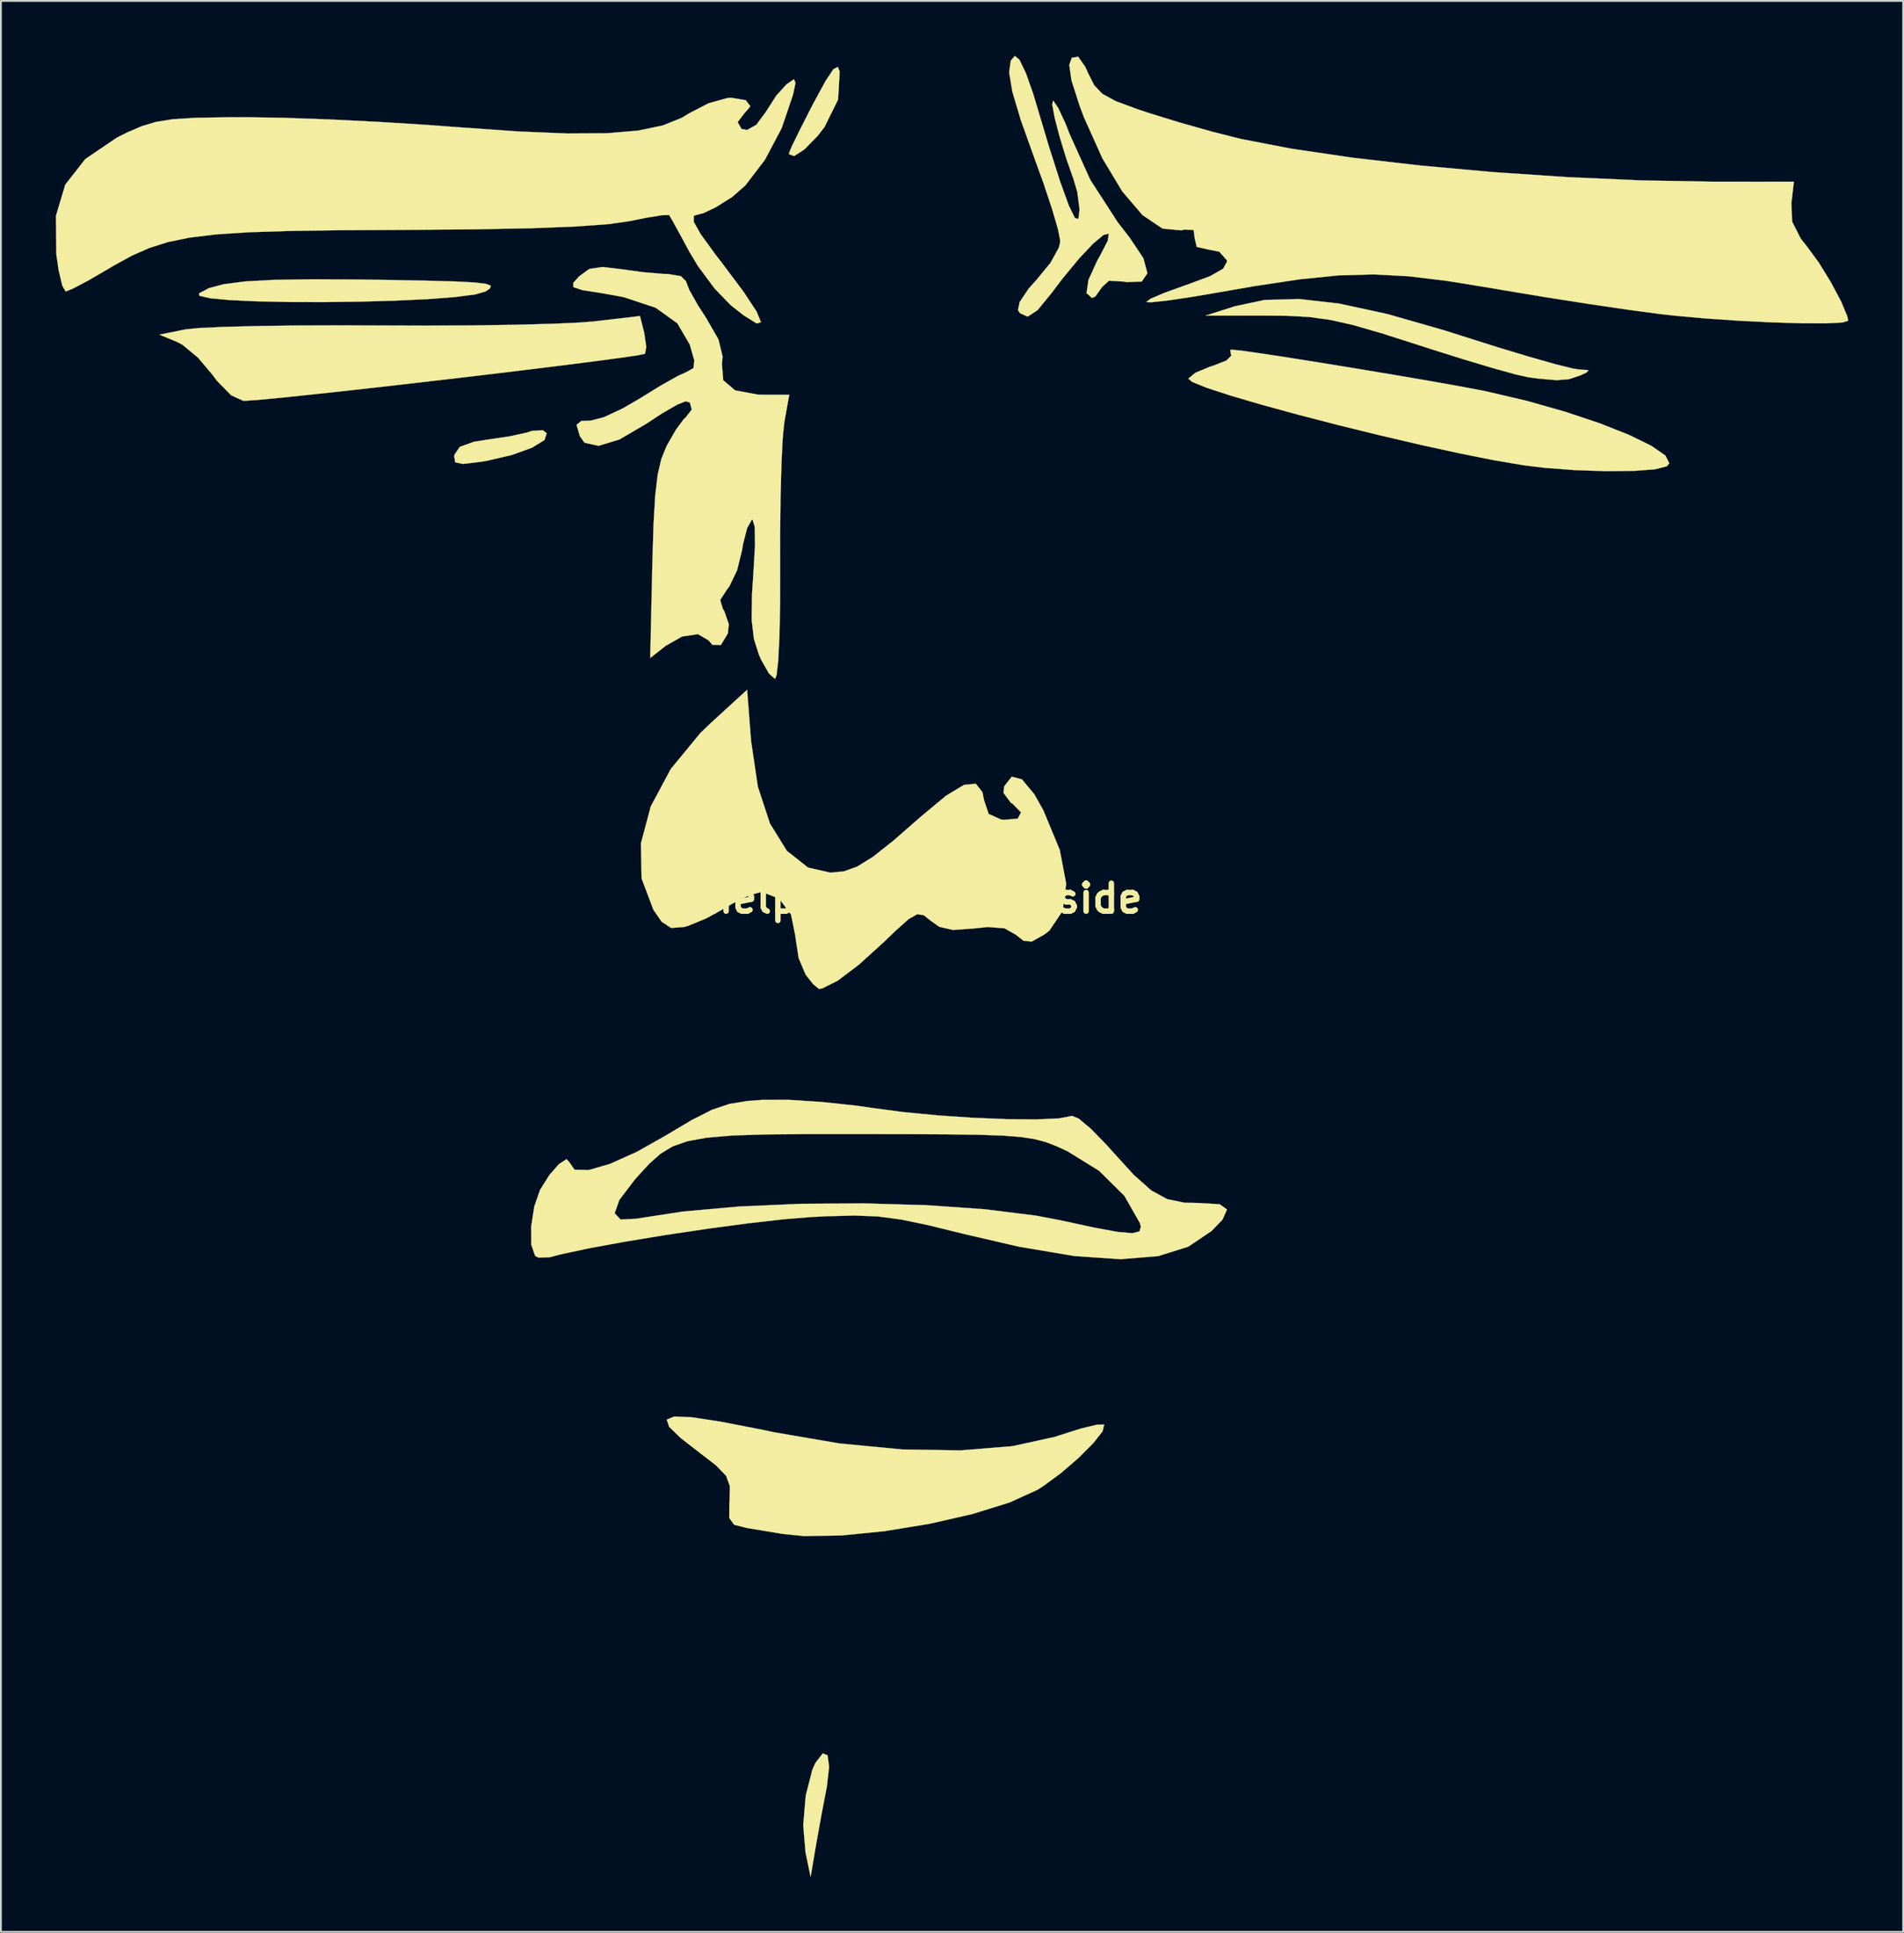
<source format=kicad_pcb>
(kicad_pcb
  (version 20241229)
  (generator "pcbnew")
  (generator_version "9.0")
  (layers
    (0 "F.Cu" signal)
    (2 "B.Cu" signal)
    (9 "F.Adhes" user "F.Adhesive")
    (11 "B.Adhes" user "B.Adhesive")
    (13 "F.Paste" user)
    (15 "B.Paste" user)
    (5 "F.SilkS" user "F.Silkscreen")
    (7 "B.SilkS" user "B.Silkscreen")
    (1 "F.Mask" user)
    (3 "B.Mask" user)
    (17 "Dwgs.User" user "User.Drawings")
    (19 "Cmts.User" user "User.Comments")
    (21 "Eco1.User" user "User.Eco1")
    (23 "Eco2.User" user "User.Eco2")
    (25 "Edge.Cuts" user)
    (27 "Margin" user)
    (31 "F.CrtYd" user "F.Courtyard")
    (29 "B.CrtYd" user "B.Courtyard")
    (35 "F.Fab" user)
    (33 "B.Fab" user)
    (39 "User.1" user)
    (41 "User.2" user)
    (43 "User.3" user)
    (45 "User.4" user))
  (footprint "helpmeimdyinginside"
    (layer "F.Cu")
    (at 47.465 46.034)
    (property "Reference" "helpmeimdyinginside" (at 0 0 0) (layer "F.SilkS") (effects (font (size 1.524 1.524) (thickness 0.3))))
    (attr through_hole)
    (fp_poly (pts (xy -5.308 46.801) (xy -5.221 47.432) (xy -5.345 48.514) (xy -5.36 48.589) (xy -5.634 50.025) (xy -5.903 51.513) (xy -5.963 51.858) (xy -6.233 53.446) (xy -6.51 52.106) (xy -6.635 50.624) (xy -6.498 49.003) (xy -6.138 47.594) (xy -5.968 47.218) (xy -5.569 46.702) (xy -5.308 46.801)) (stroke (width 0.01) (type solid)) (fill yes) (layer "F.SilkS"))
    (fp_poly (pts (xy -4.645 -45.174) (xy -4.731 -43.645) (xy -5.474 -42.142) (xy -5.852 -41.655) (xy -6.571 -40.92) (xy -7.131 -40.561) (xy -7.401 -40.655) (xy -7.408 -40.729) (xy -7.257 -41.094) (xy -6.853 -41.924) (xy -6.276 -43.061) (xy -6.085 -43.428) (xy -5.418 -44.658) (xy -4.988 -45.304) (xy -4.744 -45.43) (xy -4.645 -45.174)) (stroke (width 0.01) (type solid)) (fill yes) (layer "F.SilkS"))
    (fp_poly (pts (xy -20.648 -25.417) (xy -20.769 -25.045) (xy -21.449 -24.629) (xy -22.546 -24.231) (xy -23.921 -23.91) (xy -24.281 -23.851) (xy -25.225 -23.741) (xy -25.644 -23.827) (xy -25.704 -24.155) (xy -25.688 -24.245) (xy -25.393 -24.675) (xy -24.619 -24.953) (xy -23.809 -25.079) (xy -22.66 -25.251) (xy -21.742 -25.451) (xy -21.467 -25.544) (xy -20.864 -25.582) (xy -20.648 -25.417)) (stroke (width 0.01) (type solid)) (fill yes) (layer "F.SilkS"))
    (fp_poly (pts (xy -30.788 -33.813) (xy -29.633 -33.796) (xy -27.352 -33.755) (xy -25.696 -33.71) (xy -24.588 -33.654) (xy -23.948 -33.576) (xy -23.697 -33.469) (xy -23.755 -33.322) (xy -23.989 -33.161) (xy -24.575 -32.995) (xy -25.663 -32.856) (xy -27.14 -32.744) (xy -28.896 -32.661) (xy -30.819 -32.606) (xy -32.798 -32.581) (xy -34.72 -32.586) (xy -36.475 -32.622) (xy -37.951 -32.69) (xy -39.036 -32.791) (xy -39.618 -32.924) (xy -39.644 -33.058) (xy -39.098 -33.345) (xy -38.289 -33.56) (xy -37.136 -33.708) (xy -35.557 -33.795) (xy -33.468 -33.828) (xy -30.788 -33.813)) (stroke (width 0.01) (type solid)) (fill yes) (layer "F.SilkS"))
    (fp_poly (pts (xy 22.64 -32.5) (xy 25.263 -31.932) (xy 28.393 -31.036) (xy 29.368 -30.726) (xy 31.287 -30.119) (xy 33.019 -29.596) (xy 34.432 -29.195) (xy 35.394 -28.955) (xy 35.718 -28.903) (xy 36.268 -28.862) (xy 36.141 -28.724) (xy 35.807 -28.575) (xy 35.197 -28.369) (xy 34.519 -28.315) (xy 33.509 -28.404) (xy 32.985 -28.473) (xy 32.275 -28.632) (xy 31.049 -28.972) (xy 29.458 -29.448) (xy 27.655 -30.014) (xy 26.988 -30.23) (xy 24.959 -30.879) (xy 23.409 -31.327) (xy 22.151 -31.611) (xy 20.999 -31.768) (xy 19.768 -31.833) (xy 18.697 -31.843) (xy 15.346 -31.843) (xy 16.933 -32.35) (xy 18.562 -32.698) (xy 20.435 -32.751) (xy 22.64 -32.5)) (stroke (width 0.01) (type solid)) (fill yes) (layer "F.SilkS"))
    (fp_poly (pts (xy -15.319 -30.886) (xy -15.21 -30.134) (xy -15.279 -29.759) (xy -15.656 -29.679) (xy -16.631 -29.535) (xy -18.1 -29.339) (xy -19.96 -29.103) (xy -22.106 -28.839) (xy -24.436 -28.559) (xy -26.845 -28.277) (xy -29.23 -28.002) (xy -31.488 -27.749) (xy -33.514 -27.529) (xy -35.205 -27.353) (xy -36.457 -27.235) (xy -37.168 -27.187) (xy -37.218 -27.186) (xy -37.886 -27.488) (xy -38.67 -28.289) (xy -38.898 -28.599) (xy -39.689 -29.536) (xy -40.538 -30.243) (xy -40.838 -30.404) (xy -41.804 -30.802) (xy -40.393 -31.088) (xy -39.659 -31.163) (xy -38.332 -31.225) (xy -36.525 -31.272) (xy -34.351 -31.302) (xy -31.921 -31.311) (xy -29.81 -31.302) (xy -27.174 -31.294) (xy -24.627 -31.308) (xy -22.299 -31.343) (xy -20.32 -31.397) (xy -18.82 -31.465) (xy -18.095 -31.524) (xy -15.553 -31.819) (xy -15.319 -30.886)) (stroke (width 0.01) (type solid)) (fill yes) (layer "F.SilkS"))
    (fp_poly (pts (xy -12.705 28.341) (xy -11.118 28.584) (xy -8.891 29.018) (xy -8.192 29.164) (xy -4.658 29.769) (xy -1.228 30.097) (xy 1.965 30.148) (xy 4.792 29.918) (xy 7.119 29.408) (xy 7.361 29.327) (xy 8.52 28.958) (xy 9.398 28.747) (xy 9.807 28.739) (xy 9.807 28.739) (xy 9.721 29.103) (xy 9.207 29.755) (xy 8.4 30.563) (xy 7.437 31.394) (xy 6.455 32.114) (xy 6.143 32.309) (xy 4.624 32.998) (xy 2.598 33.626) (xy 0.266 34.158) (xy -2.173 34.558) (xy -4.52 34.794) (xy -6.576 34.83) (xy -7.761 34.713) (xy -8.792 34.538) (xy -9.711 34.388) (xy -10.406 34.213) (xy -10.676 33.84) (xy -10.671 33.032) (xy -10.659 32.895) (xy -10.642 32.111) (xy -10.848 31.537) (xy -11.408 30.959) (xy -12.214 30.339) (xy -13.323 29.478) (xy -13.961 28.858) (xy -14.092 28.468) (xy -13.685 28.299) (xy -12.705 28.341)) (stroke (width 0.01) (type solid)) (fill yes) (layer "F.SilkS"))
    (fp_poly (pts (xy 17.344 -29.923) (xy 18.461 -29.764) (xy 19.999 -29.528) (xy 21.822 -29.238) (xy 23.794 -28.915) (xy 25.778 -28.583) (xy 27.638 -28.264) (xy 29.236 -27.98) (xy 30.437 -27.754) (xy 30.692 -27.702) (xy 32.888 -27.187) (xy 34.975 -26.596) (xy 36.865 -25.965) (xy 38.468 -25.331) (xy 39.697 -24.73) (xy 40.463 -24.2) (xy 40.678 -23.777) (xy 40.54 -23.611) (xy 39.902 -23.448) (xy 38.738 -23.359) (xy 37.224 -23.344) (xy 35.538 -23.401) (xy 33.854 -23.528) (xy 32.745 -23.663) (xy 31.143 -23.934) (xy 29.222 -24.317) (xy 27.084 -24.784) (xy 24.83 -25.311) (xy 22.563 -25.869) (xy 20.385 -26.434) (xy 18.399 -26.977) (xy 16.706 -27.474) (xy 15.409 -27.898) (xy 14.611 -28.221) (xy 14.401 -28.401) (xy 14.785 -28.72) (xy 15.585 -29.053) (xy 15.756 -29.104) (xy 16.489 -29.392) (xy 16.758 -29.667) (xy 16.73 -29.722) (xy 16.691 -29.967) (xy 16.786 -29.982) (xy 17.344 -29.923)) (stroke (width 0.01) (type solid)) (fill yes) (layer "F.SilkS"))
    (fp_poly (pts (xy 5.176 -45.82) (xy 5.534 -45.076) (xy 5.931 -43.948) (xy 6.015 -43.668) (xy 6.792 -41.066) (xy 7.411 -39.129) (xy 7.88 -37.838) (xy 8.206 -37.175) (xy 8.397 -37.118) (xy 8.461 -37.636) (xy 8.337 -38.589) (xy 8.145 -39.252) (xy 7.732 -40.431) (xy 7.368 -41.624) (xy 7.098 -42.662) (xy 6.966 -43.375) (xy 7.016 -43.592) (xy 7.019 -43.591) (xy 7.297 -43.182) (xy 7.692 -42.334) (xy 7.931 -41.727) (xy 9.046 -39.26) (xy 10.546 -36.94) (xy 11.186 -36.116) (xy 11.945 -34.98) (xy 12.167 -34.158) (xy 11.858 -33.705) (xy 11.026 -33.673) (xy 10.891 -33.7) (xy 10.067 -33.75) (xy 9.672 -33.387) (xy 9.663 -33.366) (xy 9.318 -32.882) (xy 9.134 -32.808) (xy 8.841 -33.073) (xy 8.947 -33.794) (xy 9.433 -34.86) (xy 9.56 -35.081) (xy 10.006 -35.946) (xy 10.055 -36.32) (xy 9.769 -36.25) (xy 9.208 -35.782) (xy 8.434 -34.963) (xy 7.507 -33.838) (xy 6.929 -33.073) (xy 6.163 -32.138) (xy 5.622 -31.786) (xy 5.213 -31.971) (xy 5.096 -32.135) (xy 5.186 -32.582) (xy 5.676 -33.312) (xy 6.133 -33.825) (xy 6.871 -34.725) (xy 7.332 -35.563) (xy 7.408 -35.905) (xy 7.288 -36.538) (xy 6.961 -37.659) (xy 6.481 -39.101) (xy 5.997 -40.436) (xy 5.247 -42.534) (xy 4.79 -44.072) (xy 4.614 -45.126) (xy 4.702 -45.772) (xy 4.925 -46.029) (xy 5.176 -45.82)) (stroke (width 0.01) (type solid)) (fill yes) (layer "F.SilkS"))
    (fp_poly (pts (xy -9.485 -8.611) (xy -9.117 -6.118) (xy -8.454 -4.097) (xy -7.528 -2.603) (xy -6.373 -1.69) (xy -5.146 -1.411) (xy -4.419 -1.482) (xy -3.688 -1.744) (xy -2.83 -2.275) (xy -1.721 -3.151) (xy -0.238 -4.447) (xy -0.204 -4.477) (xy 1.165 -5.615) (xy 2.149 -6.208) (xy 2.797 -6.268) (xy 3.154 -5.807) (xy 3.24 -5.38) (xy 3.492 -4.624) (xy 4.16 -4.32) (xy 4.322 -4.298) (xy 5.083 -4.363) (xy 5.263 -4.702) (xy 4.802 -5.176) (xy 4.708 -5.23) (xy 4.304 -5.772) (xy 4.344 -6.13) (xy 4.755 -6.657) (xy 5.309 -6.511) (xy 5.982 -5.706) (xy 6.481 -4.82) (xy 7.377 -2.659) (xy 7.729 -0.815) (xy 7.539 0.672) (xy 6.805 1.761) (xy 6.512 1.982) (xy 5.84 2.356) (xy 5.388 2.303) (xy 4.989 1.985) (xy 4.359 1.627) (xy 3.446 1.558) (xy 2.698 1.635) (xy 1.546 1.719) (xy 0.796 1.545) (xy 0.335 1.219) (xy -0.054 0.911) (xy -0.409 0.858) (xy -0.88 1.127) (xy -1.617 1.786) (xy -2.216 2.364) (xy -3.6 3.619) (xy -4.757 4.491) (xy -5.593 4.911) (xy -5.778 4.939) (xy -6.089 4.684) (xy -6.506 4.155) (xy -6.885 3.259) (xy -7.055 2.156) (xy -7.056 2.093) (xy -7.301 0.878) (xy -7.951 0.007) (xy -8.874 -0.351) (xy -8.943 -0.353) (xy -9.597 -0.171) (xy -10.519 0.286) (xy -10.855 0.49) (xy -11.917 1.078) (xy -12.926 1.495) (xy -13.142 1.555) (xy -13.85 1.61) (xy -14.368 1.271) (xy -14.816 0.624) (xy -15.465 -1.089) (xy -15.504 -3.008) (xy -14.963 -5.036) (xy -13.87 -7.078) (xy -12.255 -9.04) (xy -11.704 -9.57) (xy -9.701 -11.402) (xy -9.485 -8.611)) (stroke (width 0.01) (type solid)) (fill yes) (layer "F.SilkS"))
    (fp_poly (pts (xy 8.772 -45.434) (xy 8.937 -45.066) (xy 9.262 -44.424) (xy 9.706 -43.958) (xy 10.436 -43.559) (xy 11.617 -43.12) (xy 12.224 -42.918) (xy 13.919 -42.394) (xy 15.728 -41.884) (xy 17.266 -41.496) (xy 17.298 -41.489) (xy 20.048 -40.959) (xy 23.354 -40.472) (xy 27.067 -40.042) (xy 31.038 -39.683) (xy 35.119 -39.407) (xy 39.159 -39.228) (xy 43.011 -39.16) (xy 43.233 -39.16) (xy 47.483 -39.158) (xy 47.345 -37.973) (xy 47.387 -36.981) (xy 47.855 -36.052) (xy 48.218 -35.592) (xy 48.846 -34.734) (xy 49.503 -33.667) (xy 50.062 -32.616) (xy 50.4 -31.805) (xy 50.447 -31.562) (xy 50.118 -31.463) (xy 49.221 -31.419) (xy 47.892 -31.424) (xy 46.266 -31.474) (xy 44.478 -31.563) (xy 42.664 -31.686) (xy 40.958 -31.84) (xy 40.217 -31.924) (xy 38.474 -32.156) (xy 36.288 -32.477) (xy 33.909 -32.85) (xy 31.589 -33.236) (xy 31.044 -33.33) (xy 28.553 -33.736) (xy 26.441 -33.991) (xy 24.52 -34.093) (xy 22.601 -34.039) (xy 20.498 -33.827) (xy 18.02 -33.454) (xy 16.093 -33.119) (xy 14.536 -32.855) (xy 13.254 -32.666) (xy 12.393 -32.573) (xy 12.102 -32.583) (xy 12.331 -32.759) (xy 13.076 -33.08) (xy 14.182 -33.479) (xy 14.284 -33.513) (xy 15.591 -33.998) (xy 16.302 -34.404) (xy 16.516 -34.79) (xy 16.508 -34.865) (xy 16.097 -35.331) (xy 15.519 -35.447) (xy 14.861 -35.594) (xy 14.747 -36.083) (xy 14.693 -36.521) (xy 14.199 -36.543) (xy 14.009 -36.5) (xy 12.996 -36.596) (xy 11.908 -37.324) (xy 10.795 -38.624) (xy 9.708 -40.431) (xy 8.696 -42.685) (xy 8.458 -43.321) (xy 8.02 -44.688) (xy 7.897 -45.533) (xy 8.036 -45.925) (xy 8.383 -45.986) (xy 8.772 -45.434)) (stroke (width 0.01) (type solid)) (fill yes) (layer "F.SilkS"))
    (fp_poly (pts (xy -7.059 -44.56) (xy -7.19 -43.921) (xy -7.81 -42.091) (xy -8.725 -40.36) (xy -9.798 -38.954) (xy -10.518 -38.322) (xy -11.41 -37.763) (xy -12.103 -37.433) (xy -12.278 -37.394) (xy -12.614 -37.301) (xy -12.614 -36.963) (xy -12.24 -36.295) (xy -11.454 -35.212) (xy -11.079 -34.725) (xy -9.894 -33.143) (xy -9.182 -32.061) (xy -8.943 -31.483) (xy -9.178 -31.413) (xy -9.89 -31.857) (xy -10.603 -32.418) (xy -11.478 -33.324) (xy -12.381 -34.542) (xy -12.854 -35.329) (xy -13.403 -36.345) (xy -13.807 -37.077) (xy -13.961 -37.337) (xy -14.326 -37.331) (xy -15.179 -37.195) (xy -16.112 -37.005) (xy -17.252 -36.842) (xy -19.032 -36.712) (xy -21.469 -36.617) (xy -24.577 -36.555) (xy -28.373 -36.525) (xy -28.575 -36.524) (xy -31.944 -36.507) (xy -34.698 -36.468) (xy -36.926 -36.396) (xy -38.717 -36.278) (xy -40.163 -36.103) (xy -41.352 -35.859) (xy -42.374 -35.532) (xy -43.32 -35.113) (xy -44.278 -34.588) (xy -44.64 -34.373) (xy -45.703 -33.756) (xy -46.528 -33.32) (xy -46.928 -33.161) (xy -47.112 -33.48) (xy -47.308 -34.306) (xy -47.438 -35.19) (xy -47.46 -37.293) (xy -46.949 -38.999) (xy -45.856 -40.395) (xy -44.13 -41.567) (xy -43.568 -41.847) (xy -42.772 -42.191) (xy -41.994 -42.425) (xy -41.074 -42.571) (xy -39.852 -42.648) (xy -38.168 -42.677) (xy -37.042 -42.68) (xy -35.043 -42.649) (xy -32.581 -42.562) (xy -29.892 -42.429) (xy -27.216 -42.263) (xy -25.576 -42.141) (xy -22.251 -41.906) (xy -19.542 -41.792) (xy -17.369 -41.805) (xy -15.652 -41.949) (xy -14.312 -42.229) (xy -13.268 -42.65) (xy -12.857 -42.899) (xy -11.808 -43.443) (xy -10.773 -43.731) (xy -10.568 -43.744) (xy -9.776 -43.609) (xy -9.522 -43.277) (xy -9.878 -42.862) (xy -10.218 -42.412) (xy -10.008 -42.042) (xy -9.71 -41.981) (xy -9.199 -42.266) (xy -8.686 -42.955) (xy -8.675 -42.976) (xy -8.106 -43.862) (xy -7.549 -44.476) (xy -7.144 -44.757) (xy -7.059 -44.56)) (stroke (width 0.01) (type solid)) (fill yes) (layer "F.SilkS"))
    (fp_poly (pts (xy -16.604 -34.382) (xy -15.384 -34.215) (xy -14.287 -34.122) (xy -14.023 -34.116) (xy -13.317 -33.995) (xy -13.046 -33.728) (xy -12.857 -33.236) (xy -12.378 -32.391) (xy -11.963 -31.75) (xy -11.268 -30.547) (xy -11.04 -29.612) (xy -11.077 -29.199) (xy -11.007 -28.311) (xy -10.358 -27.759) (xy -9.102 -27.527) (xy -8.662 -27.517) (xy -7.4 -27.517) (xy -7.669 -26.017) (xy -7.755 -25.17) (xy -7.825 -23.769) (xy -7.874 -21.963) (xy -7.897 -19.905) (xy -7.895 -18.256) (xy -7.898 -16.117) (xy -7.935 -14.329) (xy -8.002 -12.987) (xy -8.095 -12.185) (xy -8.178 -11.994) (xy -8.505 -12.289) (xy -8.925 -13.024) (xy -9.053 -13.311) (xy -9.33 -14.185) (xy -9.452 -15.221) (xy -9.434 -16.624) (xy -9.358 -17.76) (xy -9.27 -19.307) (xy -9.285 -20.307) (xy -9.402 -20.693) (xy -9.448 -20.685) (xy -9.701 -20.233) (xy -9.926 -19.356) (xy -9.977 -19.031) (xy -10.248 -17.932) (xy -10.675 -17.045) (xy -10.779 -16.913) (xy -11.172 -16.309) (xy -11.022 -15.806) (xy -10.956 -15.722) (xy -10.701 -14.985) (xy -10.754 -14.481) (xy -11.133 -13.852) (xy -11.593 -13.854) (xy -11.818 -14.111) (xy -12.389 -14.441) (xy -13.26 -14.31) (xy -14.152 -13.801) (xy -14.993 -13.139) (xy -14.878 -18.278) (xy -14.814 -20.433) (xy -14.721 -22.017) (xy -14.585 -23.164) (xy -14.388 -24.01) (xy -14.114 -24.689) (xy -14.089 -24.738) (xy -13.586 -25.616) (xy -13.153 -26.198) (xy -13.058 -26.279) (xy -12.726 -26.708) (xy -12.828 -27.092) (xy -13.061 -27.164) (xy -13.524 -26.977) (xy -14.363 -26.49) (xy -15.218 -25.929) (xy -16.678 -25.076) (xy -17.817 -24.729) (xy -18.58 -24.897) (xy -18.836 -25.252) (xy -19.019 -25.877) (xy -18.766 -26.085) (xy -18.244 -26.106) (xy -17.532 -26.291) (xy -16.491 -26.775) (xy -15.521 -27.341) (xy -14.425 -28.018) (xy -13.496 -28.54) (xy -12.999 -28.768) (xy -12.633 -28.974) (xy -12.585 -29.395) (xy -12.831 -30.25) (xy -12.836 -30.267) (xy -13.514 -31.423) (xy -14.698 -32.273) (xy -16.454 -32.855) (xy -17.622 -33.066) (xy -18.699 -33.235) (xy -19.187 -33.395) (xy -19.2 -33.628) (xy -18.871 -33.995) (xy -18.317 -34.395) (xy -17.6 -34.499) (xy -16.604 -34.382)) (stroke (width 0.01) (type solid)) (fill yes) (layer "F.SilkS"))
    (fp_poly (pts (xy -7.437 10.998) (xy -5.636 11.113) (xy -3.73 11.317) (xy -2.823 11.448) (xy -1.143 11.671) (xy 0.738 11.85) (xy 2.674 11.98) (xy 4.515 12.054) (xy 6.115 12.067) (xy 7.325 12.013) (xy 7.998 11.887) (xy 8.032 11.869) (xy 8.406 12.016) (xy 9.095 12.595) (xy 9.966 13.492) (xy 10.209 13.767) (xy 11.419 15.095) (xy 12.378 15.948) (xy 13.249 16.424) (xy 14.195 16.618) (xy 15.051 16.637) (xy 16.116 16.703) (xy 16.515 16.988) (xy 16.27 17.541) (xy 15.664 18.169) (xy 14.392 19.023) (xy 12.754 19.535) (xy 10.699 19.704) (xy 8.175 19.531) (xy 5.129 19.017) (xy 2.117 18.318) (xy 0.194 17.845) (xy -1.28 17.538) (xy -2.536 17.371) (xy -3.804 17.319) (xy -5.315 17.357) (xy -6.174 17.399) (xy -7.711 17.523) (xy -9.678 17.748) (xy -11.902 18.046) (xy -14.21 18.391) (xy -16.428 18.757) (xy -18.384 19.117) (xy -19.905 19.444) (xy -20.487 19.598) (xy -21.102 19.617) (xy -21.28 19.524) (xy -21.49 18.919) (xy -21.499 17.925) (xy -21.385 17.192) (xy -16.936 17.192) (xy -16.615 17.535) (xy -15.787 17.497) (xy -13.199 17.099) (xy -10.137 16.826) (xy -6.778 16.678) (xy -3.301 16.655) (xy 0.117 16.754) (xy 3.299 16.977) (xy 6.066 17.322) (xy 7.408 17.577) (xy 9.281 17.982) (xy 10.563 18.216) (xy 11.349 18.283) (xy 11.733 18.185) (xy 11.808 17.927) (xy 11.755 17.727) (xy 10.907 16.24) (xy 9.529 14.876) (xy 7.799 13.806) (xy 7.186 13.526) (xy 6.626 13.309) (xy 6.022 13.147) (xy 5.276 13.031) (xy 4.292 12.954) (xy 2.973 12.908) (xy 1.22 12.883) (xy -1.062 12.872) (xy -3.351 12.868) (xy -6.316 12.868) (xy -8.667 12.888) (xy -10.497 12.947) (xy -11.896 13.064) (xy -12.957 13.256) (xy -13.772 13.543) (xy -14.432 13.942) (xy -15.03 14.472) (xy -15.656 15.151) (xy -15.85 15.372) (xy -16.681 16.466) (xy -16.936 17.192) (xy -21.385 17.192) (xy -21.328 16.823) (xy -21.014 15.92) (xy -20.505 15.108) (xy -19.975 14.504) (xy -19.562 14.238) (xy -19.403 14.421) (xy -19.128 14.817) (xy -18.363 14.835) (xy -17.197 14.5) (xy -15.719 13.835) (xy -14.191 12.973) (xy -12.72 12.099) (xy -11.618 11.541) (xy -10.669 11.221) (xy -9.659 11.058) (xy -8.839 10.997) (xy -7.437 10.998)) (stroke (width 0.01) (type solid)) (fill yes) (layer "F.SilkS")))
  (gr_rect
    (start -3 -3)
    (end 100.917 102.485)
    (stroke (width 0.1) (type default))
    (fill no)
    (layer "Edge.Cuts")))
</source>
